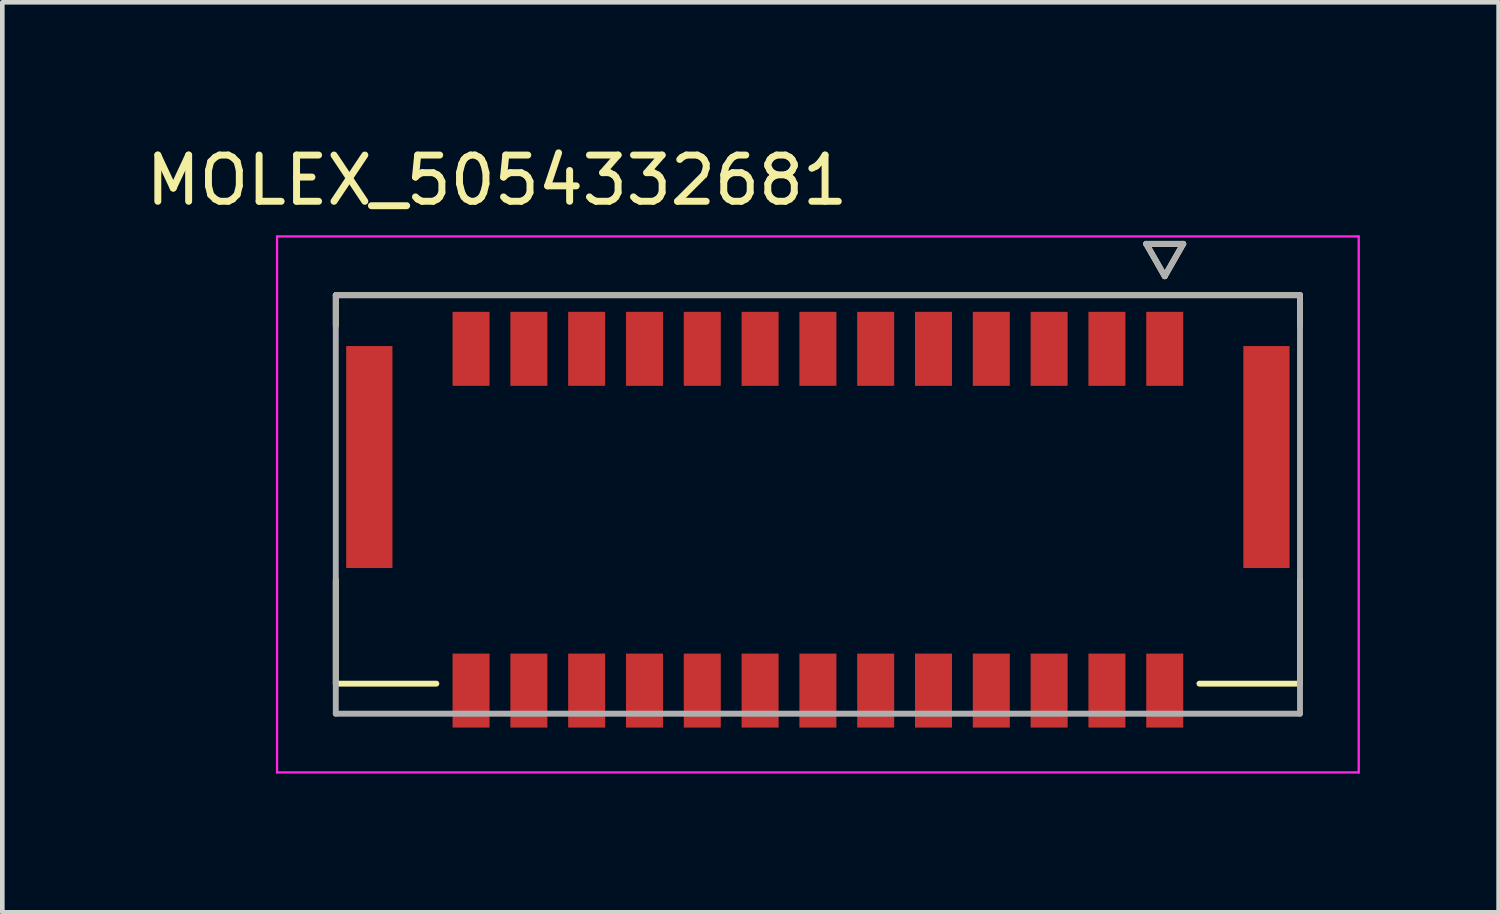
<source format=kicad_pcb>
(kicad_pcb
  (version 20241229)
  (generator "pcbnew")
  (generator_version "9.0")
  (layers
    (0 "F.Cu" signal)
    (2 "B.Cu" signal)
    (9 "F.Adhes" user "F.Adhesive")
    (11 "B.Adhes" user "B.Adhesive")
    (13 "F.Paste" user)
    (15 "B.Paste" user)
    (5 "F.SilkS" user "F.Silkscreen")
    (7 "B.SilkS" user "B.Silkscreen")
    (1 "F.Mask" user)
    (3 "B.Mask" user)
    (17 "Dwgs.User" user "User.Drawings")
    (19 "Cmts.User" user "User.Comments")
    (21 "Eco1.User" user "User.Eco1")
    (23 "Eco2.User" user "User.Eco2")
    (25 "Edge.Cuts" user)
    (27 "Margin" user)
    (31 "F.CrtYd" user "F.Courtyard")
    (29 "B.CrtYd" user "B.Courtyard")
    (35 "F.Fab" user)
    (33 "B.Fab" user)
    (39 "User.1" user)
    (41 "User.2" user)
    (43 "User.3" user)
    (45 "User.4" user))
  (footprint "MOLEX_5054332681"
    (layer "F.Cu")
    (at 14.636 7.858)
    (property "Reference" "MOLEX_5054332681" (at -6.94 -7.01 0) (layer "F.SilkS") (effects (font (size 1 1) (thickness 0.15))))
    (attr smd)
    (fp_poly (pts (xy -10.276 -3.501) (xy -9.124 -3.501) (xy -9.124 1.451) (xy -10.276 1.451)) (stroke (width 0.01) (type solid)) (fill yes) (layer "F.Mask"))
    (fp_poly (pts (xy -7.976 -4.241) (xy -7.024 -4.241) (xy -7.024 -2.489) (xy -7.976 -2.489)) (stroke (width 0.01) (type solid)) (fill yes) (layer "F.Mask"))
    (fp_poly (pts (xy -7.976 3.149) (xy -7.024 3.149) (xy -7.024 4.901) (xy -7.976 4.901)) (stroke (width 0.01) (type solid)) (fill yes) (layer "F.Mask"))
    (fp_poly (pts (xy -6.726 -4.241) (xy -5.774 -4.241) (xy -5.774 -2.489) (xy -6.726 -2.489)) (stroke (width 0.01) (type solid)) (fill yes) (layer "F.Mask"))
    (fp_poly (pts (xy -6.726 3.149) (xy -5.774 3.149) (xy -5.774 4.901) (xy -6.726 4.901)) (stroke (width 0.01) (type solid)) (fill yes) (layer "F.Mask"))
    (fp_poly (pts (xy -5.476 -4.241) (xy -4.524 -4.241) (xy -4.524 -2.489) (xy -5.476 -2.489)) (stroke (width 0.01) (type solid)) (fill yes) (layer "F.Mask"))
    (fp_poly (pts (xy -5.476 3.149) (xy -4.524 3.149) (xy -4.524 4.901) (xy -5.476 4.901)) (stroke (width 0.01) (type solid)) (fill yes) (layer "F.Mask"))
    (fp_poly (pts (xy -4.226 -4.241) (xy -3.274 -4.241) (xy -3.274 -2.489) (xy -4.226 -2.489)) (stroke (width 0.01) (type solid)) (fill yes) (layer "F.Mask"))
    (fp_poly (pts (xy -4.226 3.149) (xy -3.274 3.149) (xy -3.274 4.901) (xy -4.226 4.901)) (stroke (width 0.01) (type solid)) (fill yes) (layer "F.Mask"))
    (fp_poly (pts (xy -2.976 -4.241) (xy -2.024 -4.241) (xy -2.024 -2.489) (xy -2.976 -2.489)) (stroke (width 0.01) (type solid)) (fill yes) (layer "F.Mask"))
    (fp_poly (pts (xy -2.976 3.149) (xy -2.024 3.149) (xy -2.024 4.901) (xy -2.976 4.901)) (stroke (width 0.01) (type solid)) (fill yes) (layer "F.Mask"))
    (fp_poly (pts (xy -1.726 -4.241) (xy -0.774 -4.241) (xy -0.774 -2.489) (xy -1.726 -2.489)) (stroke (width 0.01) (type solid)) (fill yes) (layer "F.Mask"))
    (fp_poly (pts (xy -1.726 3.149) (xy -0.774 3.149) (xy -0.774 4.901) (xy -1.726 4.901)) (stroke (width 0.01) (type solid)) (fill yes) (layer "F.Mask"))
    (fp_poly (pts (xy -0.476 -4.241) (xy 0.476 -4.241) (xy 0.476 -2.489) (xy -0.476 -2.489)) (stroke (width 0.01) (type solid)) (fill yes) (layer "F.Mask"))
    (fp_poly (pts (xy -0.476 3.149) (xy 0.476 3.149) (xy 0.476 4.901) (xy -0.476 4.901)) (stroke (width 0.01) (type solid)) (fill yes) (layer "F.Mask"))
    (fp_poly (pts (xy 0.774 -4.241) (xy 1.726 -4.241) (xy 1.726 -2.489) (xy 0.774 -2.489)) (stroke (width 0.01) (type solid)) (fill yes) (layer "F.Mask"))
    (fp_poly (pts (xy 0.774 3.149) (xy 1.726 3.149) (xy 1.726 4.901) (xy 0.774 4.901)) (stroke (width 0.01) (type solid)) (fill yes) (layer "F.Mask"))
    (fp_poly (pts (xy 2.024 -4.241) (xy 2.976 -4.241) (xy 2.976 -2.489) (xy 2.024 -2.489)) (stroke (width 0.01) (type solid)) (fill yes) (layer "F.Mask"))
    (fp_poly (pts (xy 2.024 3.149) (xy 2.976 3.149) (xy 2.976 4.901) (xy 2.024 4.901)) (stroke (width 0.01) (type solid)) (fill yes) (layer "F.Mask"))
    (fp_poly (pts (xy 3.274 -4.241) (xy 4.226 -4.241) (xy 4.226 -2.489) (xy 3.274 -2.489)) (stroke (width 0.01) (type solid)) (fill yes) (layer "F.Mask"))
    (fp_poly (pts (xy 3.274 3.149) (xy 4.226 3.149) (xy 4.226 4.901) (xy 3.274 4.901)) (stroke (width 0.01) (type solid)) (fill yes) (layer "F.Mask"))
    (fp_poly (pts (xy 4.524 -4.241) (xy 5.476 -4.241) (xy 5.476 -2.489) (xy 4.524 -2.489)) (stroke (width 0.01) (type solid)) (fill yes) (layer "F.Mask"))
    (fp_poly (pts (xy 4.524 3.149) (xy 5.476 3.149) (xy 5.476 4.901) (xy 4.524 4.901)) (stroke (width 0.01) (type solid)) (fill yes) (layer "F.Mask"))
    (fp_poly (pts (xy 5.774 -4.241) (xy 6.726 -4.241) (xy 6.726 -2.489) (xy 5.774 -2.489)) (stroke (width 0.01) (type solid)) (fill yes) (layer "F.Mask"))
    (fp_poly (pts (xy 5.774 3.149) (xy 6.726 3.149) (xy 6.726 4.901) (xy 5.774 4.901)) (stroke (width 0.01) (type solid)) (fill yes) (layer "F.Mask"))
    (fp_poly (pts (xy 7.024 -4.241) (xy 7.976 -4.241) (xy 7.976 -2.489) (xy 7.024 -2.489)) (stroke (width 0.01) (type solid)) (fill yes) (layer "F.Mask"))
    (fp_poly (pts (xy 7.024 3.149) (xy 7.976 3.149) (xy 7.976 4.901) (xy 7.024 4.901)) (stroke (width 0.01) (type solid)) (fill yes) (layer "F.Mask"))
    (fp_poly (pts (xy 9.124 -3.501) (xy 10.276 -3.501) (xy 10.276 1.451) (xy 9.124 1.451)) (stroke (width 0.01) (type solid)) (fill yes) (layer "F.Mask"))
    (fp_line (start -10.425 -3.865) (end -10.425 -4.525) (stroke (width 0.127) (type solid)) (layer "F.SilkS"))
    (fp_line (start -10.425 3.875) (end -10.425 1.635) (stroke (width 0.127) (type solid)) (layer "F.SilkS"))
    (fp_line (start -8.25 3.875) (end -10.425 3.875) (stroke (width 0.127) (type solid)) (layer "F.SilkS"))
    (fp_line (start 7.1 -5.635) (end 7.5 -4.935) (stroke (width 0.127) (type solid)) (layer "F.SilkS"))
    (fp_line (start 7.5 -4.935) (end 7.9 -5.635) (stroke (width 0.127) (type solid)) (layer "F.SilkS"))
    (fp_line (start 7.9 -5.635) (end 7.1 -5.635) (stroke (width 0.127) (type solid)) (layer "F.SilkS"))
    (fp_line (start 10.425 -4.525) (end -10.425 -4.525) (stroke (width 0.127) (type solid)) (layer "F.SilkS"))
    (fp_line (start 10.425 -4.525) (end 10.425 -3.865) (stroke (width 0.127) (type solid)) (layer "F.SilkS"))
    (fp_line (start 10.425 1.635) (end 10.425 3.875) (stroke (width 0.127) (type solid)) (layer "F.SilkS"))
    (fp_line (start 10.425 3.875) (end 8.25 3.875) (stroke (width 0.127) (type solid)) (layer "F.SilkS"))
    (fp_line (start -11.695 -5.795) (end 11.695 -5.795) (stroke (width 0.05) (type solid)) (layer "F.CrtYd"))
    (fp_line (start -11.695 5.795) (end -11.695 -5.795) (stroke (width 0.05) (type solid)) (layer "F.CrtYd"))
    (fp_line (start -11.695 5.795) (end 11.695 5.795) (stroke (width 0.05) (type solid)) (layer "F.CrtYd"))
    (fp_line (start 11.695 -5.795) (end 11.695 5.795) (stroke (width 0.05) (type solid)) (layer "F.CrtYd"))
    (fp_line (start -10.425 -4.525) (end 10.425 -4.525) (stroke (width 0.127) (type solid)) (layer "F.Fab"))
    (fp_line (start -10.425 4.525) (end -10.425 -4.525) (stroke (width 0.127) (type solid)) (layer "F.Fab"))
    (fp_line (start 7.1 -5.635) (end 7.5 -4.935) (stroke (width 0.127) (type solid)) (layer "F.Fab"))
    (fp_line (start 7.5 -4.935) (end 7.9 -5.635) (stroke (width 0.127) (type solid)) (layer "F.Fab"))
    (fp_line (start 7.9 -5.635) (end 7.1 -5.635) (stroke (width 0.127) (type solid)) (layer "F.Fab"))
    (fp_line (start 10.425 -4.525) (end 10.425 4.525) (stroke (width 0.127) (type solid)) (layer "F.Fab"))
    (fp_line (start 10.425 4.525) (end -10.425 4.525) (stroke (width 0.127) (type solid)) (layer "F.Fab"))
    (pad "1" smd rect (at 7.5 -3.365) (size 0.8 1.6) (layers "F.Cu" "F.Paste"))
    (pad "2" smd rect (at 7.5 4.025) (size 0.8 1.6) (layers "F.Cu" "F.Paste"))
    (pad "3" smd rect (at 6.25 -3.365) (size 0.8 1.6) (layers "F.Cu" "F.Paste"))
    (pad "4" smd rect (at 6.25 4.025) (size 0.8 1.6) (layers "F.Cu" "F.Paste"))
    (pad "5" smd rect (at 5 -3.365) (size 0.8 1.6) (layers "F.Cu" "F.Paste"))
    (pad "6" smd rect (at 5 4.025) (size 0.8 1.6) (layers "F.Cu" "F.Paste"))
    (pad "7" smd rect (at 3.75 -3.365) (size 0.8 1.6) (layers "F.Cu" "F.Paste"))
    (pad "8" smd rect (at 3.75 4.025) (size 0.8 1.6) (layers "F.Cu" "F.Paste"))
    (pad "9" smd rect (at 2.5 -3.365) (size 0.8 1.6) (layers "F.Cu" "F.Paste"))
    (pad "10" smd rect (at 2.5 4.025) (size 0.8 1.6) (layers "F.Cu" "F.Paste"))
    (pad "11" smd rect (at 1.25 -3.365) (size 0.8 1.6) (layers "F.Cu" "F.Paste"))
    (pad "12" smd rect (at 1.25 4.025) (size 0.8 1.6) (layers "F.Cu" "F.Paste"))
    (pad "13" smd rect (at 0 -3.365) (size 0.8 1.6) (layers "F.Cu" "F.Paste"))
    (pad "14" smd rect (at 0 4.025) (size 0.8 1.6) (layers "F.Cu" "F.Paste"))
    (pad "15" smd rect (at -1.25 -3.365) (size 0.8 1.6) (layers "F.Cu" "F.Paste"))
    (pad "16" smd rect (at -1.25 4.025) (size 0.8 1.6) (layers "F.Cu" "F.Paste"))
    (pad "17" smd rect (at -2.5 -3.365) (size 0.8 1.6) (layers "F.Cu" "F.Paste"))
    (pad "18" smd rect (at -2.5 4.025) (size 0.8 1.6) (layers "F.Cu" "F.Paste"))
    (pad "19" smd rect (at -3.75 -3.365) (size 0.8 1.6) (layers "F.Cu" "F.Paste"))
    (pad "20" smd rect (at -3.75 4.025) (size 0.8 1.6) (layers "F.Cu" "F.Paste"))
    (pad "21" smd rect (at -5 -3.365) (size 0.8 1.6) (layers "F.Cu" "F.Paste"))
    (pad "22" smd rect (at -5 4.025) (size 0.8 1.6) (layers "F.Cu" "F.Paste"))
    (pad "23" smd rect (at -6.25 -3.365) (size 0.8 1.6) (layers "F.Cu" "F.Paste"))
    (pad "24" smd rect (at -6.25 4.025) (size 0.8 1.6) (layers "F.Cu" "F.Paste"))
    (pad "25" smd rect (at -7.5 -3.365) (size 0.8 1.6) (layers "F.Cu" "F.Paste"))
    (pad "26" smd rect (at -7.5 4.025) (size 0.8 1.6) (layers "F.Cu" "F.Paste"))
    (pad "S1" smd rect (at -9.7 -1.025) (size 1 4.8) (layers "F.Cu" "F.Paste"))
    (pad "S2" smd rect (at 9.7 -1.025) (size 1 4.8) (layers "F.Cu" "F.Paste"))
    (zone (net_name "") (layer "F.Cu") (hatch full 0.508) (connect_pads) (min_thickness 0.01) (filled_areas_thickness no) (keepout (tracks not_allowed) (vias not_allowed) (pads not_allowed) (copperpour not_allowed) (footprints allowed)) (placement (enabled no)) (fill) (polygon (pts (xy 3.636 4.433) (xy 5.436 4.433) (xy 5.436 9.233) (xy 3.636 9.233) (xy 3.636 12.183) (xy 6.736 12.183) (xy 6.736 11.083) (xy 22.536 11.083) (xy 22.536 12.183) (xy 25.636 12.183) (xy 25.636 9.233) (xy 23.836 9.233) (xy 23.836 4.433) (xy 25.636 4.433) (xy 25.636 2.893) (xy 22.536 2.893) (xy 22.536 5.293) (xy 6.736 5.293) (xy 6.736 2.893) (xy 3.636 2.893))))
    (zone (net_name "") (layers "F.Cu" "B.Cu") (hatch full 0.508) (connect_pads) (min_thickness 0.01) (filled_areas_thickness no) (keepout (tracks allowed) (vias not_allowed) (pads allowed) (copperpour allowed) (footprints allowed)) (placement (enabled no)) (fill) (polygon (pts (xy 3.636 4.433) (xy 5.436 4.433) (xy 5.436 9.233) (xy 3.636 9.233) (xy 3.636 12.183) (xy 6.736 12.183) (xy 6.736 11.083) (xy 22.536 11.083) (xy 22.536 12.183) (xy 25.636 12.183) (xy 25.636 9.233) (xy 23.836 9.233) (xy 23.836 4.433) (xy 25.636 4.433) (xy 25.636 2.893) (xy 22.536 2.893) (xy 22.536 5.293) (xy 6.736 5.293) (xy 6.736 2.893) (xy 3.636 2.893)))))
  (gr_rect
    (start -3 -3)
    (end 29.356 16.678)
    (stroke (width 0.1) (type default))
    (fill no)
    (layer "Edge.Cuts")))
</source>
